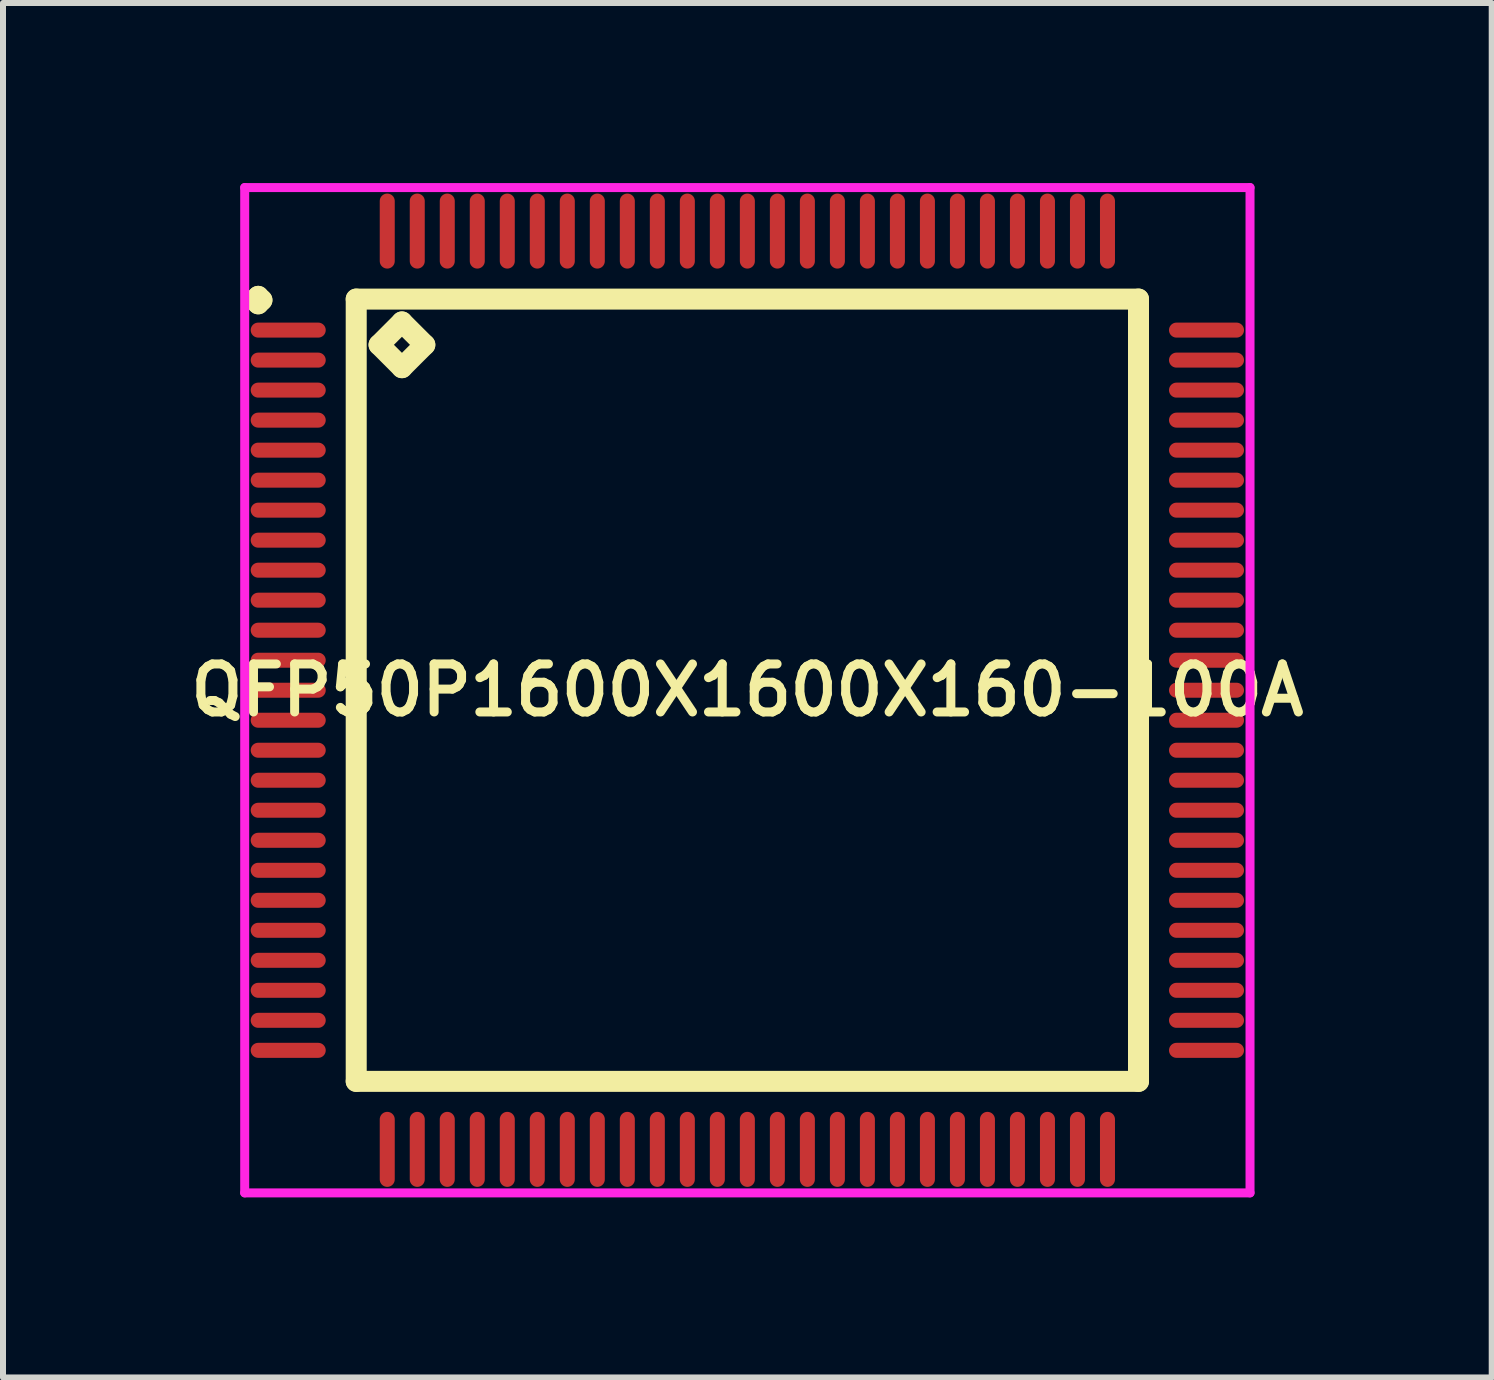
<source format=kicad_pcb>
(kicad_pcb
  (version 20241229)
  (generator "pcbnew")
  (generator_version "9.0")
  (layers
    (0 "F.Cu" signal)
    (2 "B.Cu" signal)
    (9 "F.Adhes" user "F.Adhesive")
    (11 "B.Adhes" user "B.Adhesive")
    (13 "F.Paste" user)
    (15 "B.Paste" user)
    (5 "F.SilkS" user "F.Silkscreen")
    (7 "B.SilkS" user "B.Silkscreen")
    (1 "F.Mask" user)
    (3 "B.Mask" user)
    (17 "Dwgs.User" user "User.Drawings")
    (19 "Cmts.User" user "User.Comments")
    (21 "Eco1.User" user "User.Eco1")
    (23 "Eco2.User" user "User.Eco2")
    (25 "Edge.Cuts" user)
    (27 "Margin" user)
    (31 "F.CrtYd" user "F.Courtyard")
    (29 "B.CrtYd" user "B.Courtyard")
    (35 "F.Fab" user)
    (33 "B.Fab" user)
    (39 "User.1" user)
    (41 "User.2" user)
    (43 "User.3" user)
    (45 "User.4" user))
  (footprint "QFP50P1600X1600X160-100A"
    (layer "F.Cu")
    (at 9.402 8.45)
    (property "Reference" "QFP50P1600X1600X160-100A" (at 0 0 0) (layer "F.SilkS") (effects (font (size 0.8 0.8) (thickness 0.15))))
    (attr smd)
    (fp_line (start -8.213 -6.5) (end -8.15 -6.562) (stroke (width 0.35) (type solid)) (layer "F.SilkS"))
    (fp_line (start -8.15 -6.562) (end -8.088 -6.5) (stroke (width 0.35) (type solid)) (layer "F.SilkS"))
    (fp_line (start -8.15 -6.438) (end -8.213 -6.5) (stroke (width 0.35) (type solid)) (layer "F.SilkS"))
    (fp_line (start -8.088 -6.5) (end -8.15 -6.438) (stroke (width 0.35) (type solid)) (layer "F.SilkS"))
    (fp_line (start -6.517 -6.517) (end -6.517 6.517) (stroke (width 0.35) (type solid)) (layer "F.SilkS"))
    (fp_line (start -6.517 6.517) (end 6.517 6.517) (stroke (width 0.35) (type solid)) (layer "F.SilkS"))
    (fp_line (start -6.136 -5.755) (end -5.755 -6.136) (stroke (width 0.35) (type solid)) (layer "F.SilkS"))
    (fp_line (start -5.755 -6.136) (end -5.374 -5.755) (stroke (width 0.35) (type solid)) (layer "F.SilkS"))
    (fp_line (start -5.755 -5.374) (end -6.136 -5.755) (stroke (width 0.35) (type solid)) (layer "F.SilkS"))
    (fp_line (start -5.374 -5.755) (end -5.755 -5.374) (stroke (width 0.35) (type solid)) (layer "F.SilkS"))
    (fp_line (start 6.517 -6.517) (end -6.517 -6.517) (stroke (width 0.35) (type solid)) (layer "F.SilkS"))
    (fp_line (start 6.517 6.517) (end 6.517 -6.517) (stroke (width 0.35) (type solid)) (layer "F.SilkS"))
    (fp_line (start -8.375 -8.375) (end 8.375 -8.375) (stroke (width 0.15) (type solid)) (layer "F.CrtYd"))
    (fp_line (start -8.375 8.375) (end -8.375 -8.375) (stroke (width 0.15) (type solid)) (layer "F.CrtYd"))
    (fp_line (start 8.375 -8.375) (end 8.375 8.375) (stroke (width 0.15) (type solid)) (layer "F.CrtYd"))
    (fp_line (start 8.375 8.375) (end -8.375 8.375) (stroke (width 0.15) (type solid)) (layer "F.CrtYd"))
    (pad "1" smd oval (at -7.65 -6) (size 1.25 0.25) (layers "F.Cu" "F.Mask" "F.Paste"))
    (pad "2" smd oval (at -7.65 -5.5) (size 1.25 0.25) (layers "F.Cu" "F.Mask" "F.Paste"))
    (pad "3" smd oval (at -7.65 -5) (size 1.25 0.25) (layers "F.Cu" "F.Mask" "F.Paste"))
    (pad "4" smd oval (at -7.65 -4.5) (size 1.25 0.25) (layers "F.Cu" "F.Mask" "F.Paste"))
    (pad "5" smd oval (at -7.65 -4) (size 1.25 0.25) (layers "F.Cu" "F.Mask" "F.Paste"))
    (pad "6" smd oval (at -7.65 -3.5) (size 1.25 0.25) (layers "F.Cu" "F.Mask" "F.Paste"))
    (pad "7" smd oval (at -7.65 -3) (size 1.25 0.25) (layers "F.Cu" "F.Mask" "F.Paste"))
    (pad "8" smd oval (at -7.65 -2.5) (size 1.25 0.25) (layers "F.Cu" "F.Mask" "F.Paste"))
    (pad "9" smd oval (at -7.65 -2) (size 1.25 0.25) (layers "F.Cu" "F.Mask" "F.Paste"))
    (pad "10" smd oval (at -7.65 -1.5) (size 1.25 0.25) (layers "F.Cu" "F.Mask" "F.Paste"))
    (pad "11" smd oval (at -7.65 -1) (size 1.25 0.25) (layers "F.Cu" "F.Mask" "F.Paste"))
    (pad "12" smd oval (at -7.65 -0.5) (size 1.25 0.25) (layers "F.Cu" "F.Mask" "F.Paste"))
    (pad "13" smd oval (at -7.65 0) (size 1.25 0.25) (layers "F.Cu" "F.Mask" "F.Paste"))
    (pad "14" smd oval (at -7.65 0.5) (size 1.25 0.25) (layers "F.Cu" "F.Mask" "F.Paste"))
    (pad "15" smd oval (at -7.65 1) (size 1.25 0.25) (layers "F.Cu" "F.Mask" "F.Paste"))
    (pad "16" smd oval (at -7.65 1.5) (size 1.25 0.25) (layers "F.Cu" "F.Mask" "F.Paste"))
    (pad "17" smd oval (at -7.65 2) (size 1.25 0.25) (layers "F.Cu" "F.Mask" "F.Paste"))
    (pad "18" smd oval (at -7.65 2.5) (size 1.25 0.25) (layers "F.Cu" "F.Mask" "F.Paste"))
    (pad "19" smd oval (at -7.65 3) (size 1.25 0.25) (layers "F.Cu" "F.Mask" "F.Paste"))
    (pad "20" smd oval (at -7.65 3.5) (size 1.25 0.25) (layers "F.Cu" "F.Mask" "F.Paste"))
    (pad "21" smd oval (at -7.65 4) (size 1.25 0.25) (layers "F.Cu" "F.Mask" "F.Paste"))
    (pad "22" smd oval (at -7.65 4.5) (size 1.25 0.25) (layers "F.Cu" "F.Mask" "F.Paste"))
    (pad "23" smd oval (at -7.65 5) (size 1.25 0.25) (layers "F.Cu" "F.Mask" "F.Paste"))
    (pad "24" smd oval (at -7.65 5.5) (size 1.25 0.25) (layers "F.Cu" "F.Mask" "F.Paste"))
    (pad "25" smd oval (at -7.65 6) (size 1.25 0.25) (layers "F.Cu" "F.Mask" "F.Paste"))
    (pad "26" smd oval (at -6 7.65) (size 0.25 1.25) (layers "F.Cu" "F.Mask" "F.Paste"))
    (pad "27" smd oval (at -5.5 7.65) (size 0.25 1.25) (layers "F.Cu" "F.Mask" "F.Paste"))
    (pad "28" smd oval (at -5 7.65) (size 0.25 1.25) (layers "F.Cu" "F.Mask" "F.Paste"))
    (pad "29" smd oval (at -4.5 7.65) (size 0.25 1.25) (layers "F.Cu" "F.Mask" "F.Paste"))
    (pad "30" smd oval (at -4 7.65) (size 0.25 1.25) (layers "F.Cu" "F.Mask" "F.Paste"))
    (pad "31" smd oval (at -3.5 7.65) (size 0.25 1.25) (layers "F.Cu" "F.Mask" "F.Paste"))
    (pad "32" smd oval (at -3 7.65) (size 0.25 1.25) (layers "F.Cu" "F.Mask" "F.Paste"))
    (pad "33" smd oval (at -2.5 7.65) (size 0.25 1.25) (layers "F.Cu" "F.Mask" "F.Paste"))
    (pad "34" smd oval (at -2 7.65) (size 0.25 1.25) (layers "F.Cu" "F.Mask" "F.Paste"))
    (pad "35" smd oval (at -1.5 7.65) (size 0.25 1.25) (layers "F.Cu" "F.Mask" "F.Paste"))
    (pad "36" smd oval (at -1 7.65) (size 0.25 1.25) (layers "F.Cu" "F.Mask" "F.Paste"))
    (pad "37" smd oval (at -0.5 7.65) (size 0.25 1.25) (layers "F.Cu" "F.Mask" "F.Paste"))
    (pad "38" smd oval (at 0 7.65) (size 0.25 1.25) (layers "F.Cu" "F.Mask" "F.Paste"))
    (pad "39" smd oval (at 0.5 7.65) (size 0.25 1.25) (layers "F.Cu" "F.Mask" "F.Paste"))
    (pad "40" smd oval (at 1 7.65) (size 0.25 1.25) (layers "F.Cu" "F.Mask" "F.Paste"))
    (pad "41" smd oval (at 1.5 7.65) (size 0.25 1.25) (layers "F.Cu" "F.Mask" "F.Paste"))
    (pad "42" smd oval (at 2 7.65) (size 0.25 1.25) (layers "F.Cu" "F.Mask" "F.Paste"))
    (pad "43" smd oval (at 2.5 7.65) (size 0.25 1.25) (layers "F.Cu" "F.Mask" "F.Paste"))
    (pad "44" smd oval (at 3 7.65) (size 0.25 1.25) (layers "F.Cu" "F.Mask" "F.Paste"))
    (pad "45" smd oval (at 3.5 7.65) (size 0.25 1.25) (layers "F.Cu" "F.Mask" "F.Paste"))
    (pad "46" smd oval (at 4 7.65) (size 0.25 1.25) (layers "F.Cu" "F.Mask" "F.Paste"))
    (pad "47" smd oval (at 4.5 7.65) (size 0.25 1.25) (layers "F.Cu" "F.Mask" "F.Paste"))
    (pad "48" smd oval (at 5 7.65) (size 0.25 1.25) (layers "F.Cu" "F.Mask" "F.Paste"))
    (pad "49" smd oval (at 5.5 7.65) (size 0.25 1.25) (layers "F.Cu" "F.Mask" "F.Paste"))
    (pad "50" smd oval (at 6 7.65) (size 0.25 1.25) (layers "F.Cu" "F.Mask" "F.Paste"))
    (pad "51" smd oval (at 7.65 6) (size 1.25 0.25) (layers "F.Cu" "F.Mask" "F.Paste"))
    (pad "52" smd oval (at 7.65 5.5) (size 1.25 0.25) (layers "F.Cu" "F.Mask" "F.Paste"))
    (pad "53" smd oval (at 7.65 5) (size 1.25 0.25) (layers "F.Cu" "F.Mask" "F.Paste"))
    (pad "54" smd oval (at 7.65 4.5) (size 1.25 0.25) (layers "F.Cu" "F.Mask" "F.Paste"))
    (pad "55" smd oval (at 7.65 4) (size 1.25 0.25) (layers "F.Cu" "F.Mask" "F.Paste"))
    (pad "56" smd oval (at 7.65 3.5) (size 1.25 0.25) (layers "F.Cu" "F.Mask" "F.Paste"))
    (pad "57" smd oval (at 7.65 3) (size 1.25 0.25) (layers "F.Cu" "F.Mask" "F.Paste"))
    (pad "58" smd oval (at 7.65 2.5) (size 1.25 0.25) (layers "F.Cu" "F.Mask" "F.Paste"))
    (pad "59" smd oval (at 7.65 2) (size 1.25 0.25) (layers "F.Cu" "F.Mask" "F.Paste"))
    (pad "60" smd oval (at 7.65 1.5) (size 1.25 0.25) (layers "F.Cu" "F.Mask" "F.Paste"))
    (pad "61" smd oval (at 7.65 1) (size 1.25 0.25) (layers "F.Cu" "F.Mask" "F.Paste"))
    (pad "62" smd oval (at 7.65 0.5) (size 1.25 0.25) (layers "F.Cu" "F.Mask" "F.Paste"))
    (pad "63" smd oval (at 7.65 0) (size 1.25 0.25) (layers "F.Cu" "F.Mask" "F.Paste"))
    (pad "64" smd oval (at 7.65 -0.5) (size 1.25 0.25) (layers "F.Cu" "F.Mask" "F.Paste"))
    (pad "65" smd oval (at 7.65 -1) (size 1.25 0.25) (layers "F.Cu" "F.Mask" "F.Paste"))
    (pad "66" smd oval (at 7.65 -1.5) (size 1.25 0.25) (layers "F.Cu" "F.Mask" "F.Paste"))
    (pad "67" smd oval (at 7.65 -2) (size 1.25 0.25) (layers "F.Cu" "F.Mask" "F.Paste"))
    (pad "68" smd oval (at 7.65 -2.5) (size 1.25 0.25) (layers "F.Cu" "F.Mask" "F.Paste"))
    (pad "69" smd oval (at 7.65 -3) (size 1.25 0.25) (layers "F.Cu" "F.Mask" "F.Paste"))
    (pad "70" smd oval (at 7.65 -3.5) (size 1.25 0.25) (layers "F.Cu" "F.Mask" "F.Paste"))
    (pad "71" smd oval (at 7.65 -4) (size 1.25 0.25) (layers "F.Cu" "F.Mask" "F.Paste"))
    (pad "72" smd oval (at 7.65 -4.5) (size 1.25 0.25) (layers "F.Cu" "F.Mask" "F.Paste"))
    (pad "73" smd oval (at 7.65 -5) (size 1.25 0.25) (layers "F.Cu" "F.Mask" "F.Paste"))
    (pad "74" smd oval (at 7.65 -5.5) (size 1.25 0.25) (layers "F.Cu" "F.Mask" "F.Paste"))
    (pad "75" smd oval (at 7.65 -6) (size 1.25 0.25) (layers "F.Cu" "F.Mask" "F.Paste"))
    (pad "76" smd oval (at 6 -7.65) (size 0.25 1.25) (layers "F.Cu" "F.Mask" "F.Paste"))
    (pad "77" smd oval (at 5.5 -7.65) (size 0.25 1.25) (layers "F.Cu" "F.Mask" "F.Paste"))
    (pad "78" smd oval (at 5 -7.65) (size 0.25 1.25) (layers "F.Cu" "F.Mask" "F.Paste"))
    (pad "79" smd oval (at 4.5 -7.65) (size 0.25 1.25) (layers "F.Cu" "F.Mask" "F.Paste"))
    (pad "80" smd oval (at 4 -7.65) (size 0.25 1.25) (layers "F.Cu" "F.Mask" "F.Paste"))
    (pad "81" smd oval (at 3.5 -7.65) (size 0.25 1.25) (layers "F.Cu" "F.Mask" "F.Paste"))
    (pad "82" smd oval (at 3 -7.65) (size 0.25 1.25) (layers "F.Cu" "F.Mask" "F.Paste"))
    (pad "83" smd oval (at 2.5 -7.65) (size 0.25 1.25) (layers "F.Cu" "F.Mask" "F.Paste"))
    (pad "84" smd oval (at 2 -7.65) (size 0.25 1.25) (layers "F.Cu" "F.Mask" "F.Paste"))
    (pad "85" smd oval (at 1.5 -7.65) (size 0.25 1.25) (layers "F.Cu" "F.Mask" "F.Paste"))
    (pad "86" smd oval (at 1 -7.65) (size 0.25 1.25) (layers "F.Cu" "F.Mask" "F.Paste"))
    (pad "87" smd oval (at 0.5 -7.65) (size 0.25 1.25) (layers "F.Cu" "F.Mask" "F.Paste"))
    (pad "88" smd oval (at 0 -7.65) (size 0.25 1.25) (layers "F.Cu" "F.Mask" "F.Paste"))
    (pad "89" smd oval (at -0.5 -7.65) (size 0.25 1.25) (layers "F.Cu" "F.Mask" "F.Paste"))
    (pad "90" smd oval (at -1 -7.65) (size 0.25 1.25) (layers "F.Cu" "F.Mask" "F.Paste"))
    (pad "91" smd oval (at -1.5 -7.65) (size 0.25 1.25) (layers "F.Cu" "F.Mask" "F.Paste"))
    (pad "92" smd oval (at -2 -7.65) (size 0.25 1.25) (layers "F.Cu" "F.Mask" "F.Paste"))
    (pad "93" smd oval (at -2.5 -7.65) (size 0.25 1.25) (layers "F.Cu" "F.Mask" "F.Paste"))
    (pad "94" smd oval (at -3 -7.65) (size 0.25 1.25) (layers "F.Cu" "F.Mask" "F.Paste"))
    (pad "95" smd oval (at -3.5 -7.65) (size 0.25 1.25) (layers "F.Cu" "F.Mask" "F.Paste"))
    (pad "96" smd oval (at -4 -7.65) (size 0.25 1.25) (layers "F.Cu" "F.Mask" "F.Paste"))
    (pad "97" smd oval (at -4.5 -7.65) (size 0.25 1.25) (layers "F.Cu" "F.Mask" "F.Paste"))
    (pad "98" smd oval (at -5 -7.65) (size 0.25 1.25) (layers "F.Cu" "F.Mask" "F.Paste"))
    (pad "99" smd oval (at -5.5 -7.65) (size 0.25 1.25) (layers "F.Cu" "F.Mask" "F.Paste"))
    (pad "100" smd oval (at -6 -7.65) (size 0.25 1.25) (layers "F.Cu" "F.Mask" "F.Paste")))
  (gr_rect
    (start -3 -3)
    (end 21.804 19.9)
    (stroke (width 0.1) (type default))
    (fill no)
    (layer "Edge.Cuts")))
</source>
